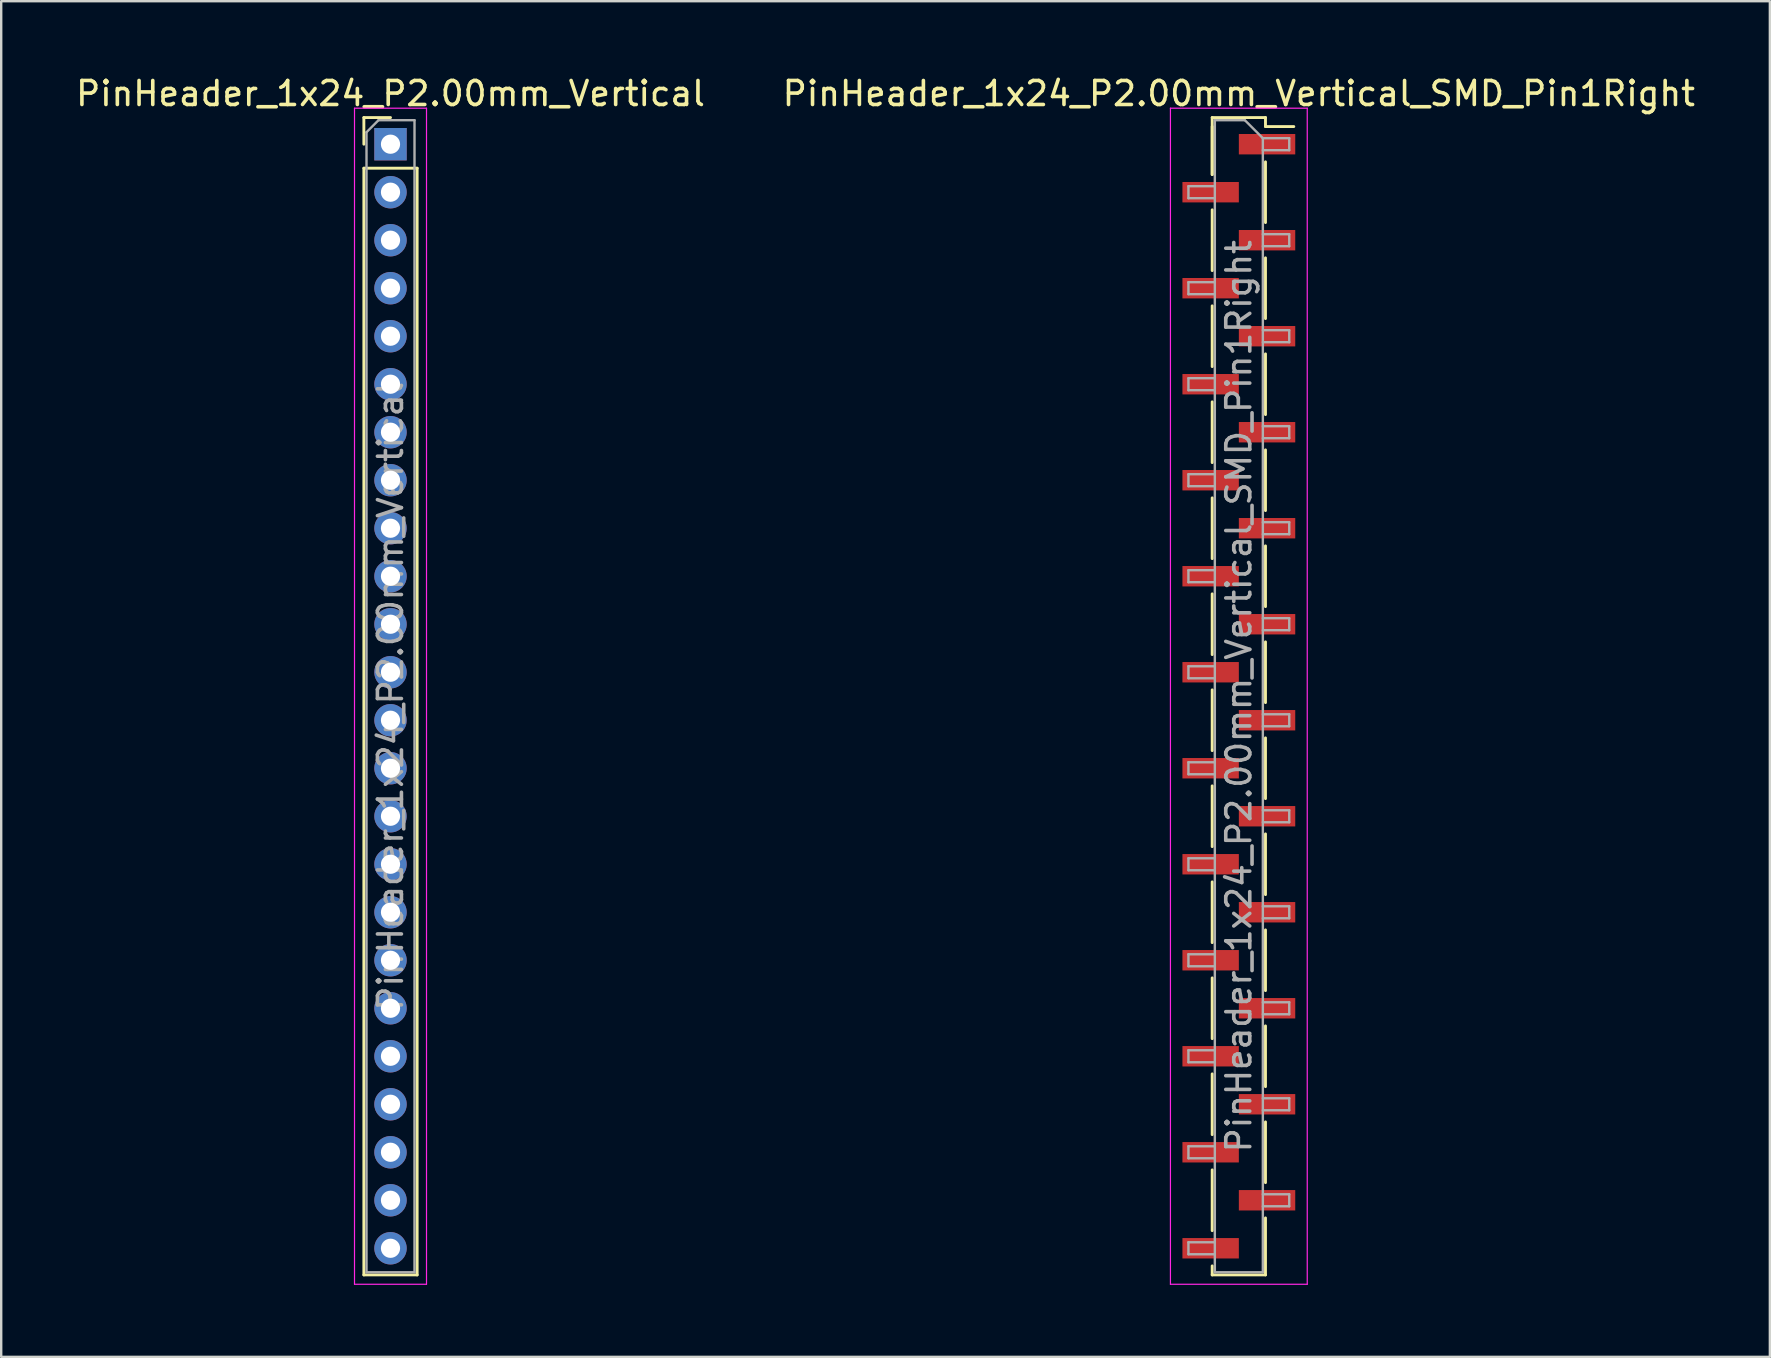
<source format=kicad_pcb>
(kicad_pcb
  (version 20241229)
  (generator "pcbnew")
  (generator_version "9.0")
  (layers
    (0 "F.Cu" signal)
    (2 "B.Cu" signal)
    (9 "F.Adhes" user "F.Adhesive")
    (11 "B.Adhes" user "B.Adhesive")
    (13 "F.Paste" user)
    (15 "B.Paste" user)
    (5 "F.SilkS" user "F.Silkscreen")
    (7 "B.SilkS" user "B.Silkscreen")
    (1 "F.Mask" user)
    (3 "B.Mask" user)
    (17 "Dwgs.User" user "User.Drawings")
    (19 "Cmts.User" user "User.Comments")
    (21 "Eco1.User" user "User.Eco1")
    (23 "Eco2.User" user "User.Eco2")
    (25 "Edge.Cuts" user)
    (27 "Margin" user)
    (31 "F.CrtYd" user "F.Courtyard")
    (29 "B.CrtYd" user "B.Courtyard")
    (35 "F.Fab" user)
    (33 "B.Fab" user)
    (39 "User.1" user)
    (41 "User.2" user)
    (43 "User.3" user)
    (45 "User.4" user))
  (footprint "PinHeader_1x24_P2.00mm_Vertical"
    (layer "F.Cu")
    (at 13.22 2.958)
    (property "Reference" "PinHeader_1x24_P2.00mm_Vertical" (at 0 -2.11 0) (layer "F.SilkS") (effects (font (size 1 1) (thickness 0.15))))
    (attr through_hole)
    (fp_line (start -1.11 -1.11) (end 0 -1.11) (stroke (width 0.12) (type solid)) (layer "F.SilkS"))
    (fp_line (start -1.11 0) (end -1.11 -1.11) (stroke (width 0.12) (type solid)) (layer "F.SilkS"))
    (fp_line (start -1.11 1) (end -1.11 47.11) (stroke (width 0.12) (type solid)) (layer "F.SilkS"))
    (fp_line (start -1.11 1) (end 1.11 1) (stroke (width 0.12) (type solid)) (layer "F.SilkS"))
    (fp_line (start -1.11 47.11) (end 1.11 47.11) (stroke (width 0.12) (type solid)) (layer "F.SilkS"))
    (fp_line (start 1.11 1) (end 1.11 47.11) (stroke (width 0.12) (type solid)) (layer "F.SilkS"))
    (fp_line (start -1.5 -1.5) (end -1.5 47.5) (stroke (width 0.05) (type solid)) (layer "F.CrtYd"))
    (fp_line (start -1.5 47.5) (end 1.5 47.5) (stroke (width 0.05) (type solid)) (layer "F.CrtYd"))
    (fp_line (start 1.5 -1.5) (end -1.5 -1.5) (stroke (width 0.05) (type solid)) (layer "F.CrtYd"))
    (fp_line (start 1.5 47.5) (end 1.5 -1.5) (stroke (width 0.05) (type solid)) (layer "F.CrtYd"))
    (fp_line (start -1 -0.5) (end -0.5 -1) (stroke (width 0.1) (type solid)) (layer "F.Fab"))
    (fp_line (start -1 47) (end -1 -0.5) (stroke (width 0.1) (type solid)) (layer "F.Fab"))
    (fp_line (start -0.5 -1) (end 1 -1) (stroke (width 0.1) (type solid)) (layer "F.Fab"))
    (fp_line (start 1 -1) (end 1 47) (stroke (width 0.1) (type solid)) (layer "F.Fab"))
    (fp_line (start 1 47) (end -1 47) (stroke (width 0.1) (type solid)) (layer "F.Fab"))
    (fp_text user "${REFERENCE}" (at 0 23 90) (layer "F.Fab") (effects (font (size 1 1) (thickness 0.15))))
    (pad "1" thru_hole rect (at 0 0) (size 1.35 1.35) (drill 0.8) (layers "*.Cu" "*.Mask"))
    (pad "2" thru_hole circle (at 0 2) (size 1.35 1.35) (drill 0.8) (layers "*.Cu" "*.Mask"))
    (pad "3" thru_hole circle (at 0 4) (size 1.35 1.35) (drill 0.8) (layers "*.Cu" "*.Mask"))
    (pad "4" thru_hole circle (at 0 6) (size 1.35 1.35) (drill 0.8) (layers "*.Cu" "*.Mask"))
    (pad "5" thru_hole circle (at 0 8) (size 1.35 1.35) (drill 0.8) (layers "*.Cu" "*.Mask"))
    (pad "6" thru_hole circle (at 0 10) (size 1.35 1.35) (drill 0.8) (layers "*.Cu" "*.Mask"))
    (pad "7" thru_hole circle (at 0 12) (size 1.35 1.35) (drill 0.8) (layers "*.Cu" "*.Mask"))
    (pad "8" thru_hole circle (at 0 14) (size 1.35 1.35) (drill 0.8) (layers "*.Cu" "*.Mask"))
    (pad "9" thru_hole circle (at 0 16) (size 1.35 1.35) (drill 0.8) (layers "*.Cu" "*.Mask"))
    (pad "10" thru_hole circle (at 0 18) (size 1.35 1.35) (drill 0.8) (layers "*.Cu" "*.Mask"))
    (pad "11" thru_hole circle (at 0 20) (size 1.35 1.35) (drill 0.8) (layers "*.Cu" "*.Mask"))
    (pad "12" thru_hole circle (at 0 22) (size 1.35 1.35) (drill 0.8) (layers "*.Cu" "*.Mask"))
    (pad "13" thru_hole circle (at 0 24) (size 1.35 1.35) (drill 0.8) (layers "*.Cu" "*.Mask"))
    (pad "14" thru_hole circle (at 0 26) (size 1.35 1.35) (drill 0.8) (layers "*.Cu" "*.Mask"))
    (pad "15" thru_hole circle (at 0 28) (size 1.35 1.35) (drill 0.8) (layers "*.Cu" "*.Mask"))
    (pad "16" thru_hole circle (at 0 30) (size 1.35 1.35) (drill 0.8) (layers "*.Cu" "*.Mask"))
    (pad "17" thru_hole circle (at 0 32) (size 1.35 1.35) (drill 0.8) (layers "*.Cu" "*.Mask"))
    (pad "18" thru_hole circle (at 0 34) (size 1.35 1.35) (drill 0.8) (layers "*.Cu" "*.Mask"))
    (pad "19" thru_hole circle (at 0 36) (size 1.35 1.35) (drill 0.8) (layers "*.Cu" "*.Mask"))
    (pad "20" thru_hole circle (at 0 38) (size 1.35 1.35) (drill 0.8) (layers "*.Cu" "*.Mask"))
    (pad "21" thru_hole circle (at 0 40) (size 1.35 1.35) (drill 0.8) (layers "*.Cu" "*.Mask"))
    (pad "22" thru_hole circle (at 0 42) (size 1.35 1.35) (drill 0.8) (layers "*.Cu" "*.Mask"))
    (pad "23" thru_hole circle (at 0 44) (size 1.35 1.35) (drill 0.8) (layers "*.Cu" "*.Mask"))
    (pad "24" thru_hole circle (at 0 46) (size 1.35 1.35) (drill 0.8) (layers "*.Cu" "*.Mask")))
  (footprint "PinHeader_1x24_P2.00mm_Vertical_SMD_Pin1Right"
    (layer "F.Cu")
    (at 48.565 25.958)
    (property "Reference" "PinHeader_1x24_P2.00mm_Vertical_SMD_Pin1Right" (at 0 -25.11 0) (layer "F.SilkS") (effects (font (size 1 1) (thickness 0.15))))
    (attr smd)
    (fp_line (start -1.11 -24.11) (end -1.11 -21.735) (stroke (width 0.12) (type solid)) (layer "F.SilkS"))
    (fp_line (start -1.11 -24.11) (end 1.11 -24.11) (stroke (width 0.12) (type solid)) (layer "F.SilkS"))
    (fp_line (start -1.11 -23.735) (end -1.11 -21.735) (stroke (width 0.12) (type solid)) (layer "F.SilkS"))
    (fp_line (start -1.11 -20.265) (end -1.11 -17.735) (stroke (width 0.12) (type solid)) (layer "F.SilkS"))
    (fp_line (start -1.11 -16.265) (end -1.11 -13.735) (stroke (width 0.12) (type solid)) (layer "F.SilkS"))
    (fp_line (start -1.11 -12.265) (end -1.11 -9.735) (stroke (width 0.12) (type solid)) (layer "F.SilkS"))
    (fp_line (start -1.11 -8.265) (end -1.11 -5.735) (stroke (width 0.12) (type solid)) (layer "F.SilkS"))
    (fp_line (start -1.11 -4.265) (end -1.11 -1.735) (stroke (width 0.12) (type solid)) (layer "F.SilkS"))
    (fp_line (start -1.11 -0.265) (end -1.11 2.265) (stroke (width 0.12) (type solid)) (layer "F.SilkS"))
    (fp_line (start -1.11 3.735) (end -1.11 6.265) (stroke (width 0.12) (type solid)) (layer "F.SilkS"))
    (fp_line (start -1.11 7.735) (end -1.11 10.265) (stroke (width 0.12) (type solid)) (layer "F.SilkS"))
    (fp_line (start -1.11 11.735) (end -1.11 14.265) (stroke (width 0.12) (type solid)) (layer "F.SilkS"))
    (fp_line (start -1.11 15.735) (end -1.11 18.265) (stroke (width 0.12) (type solid)) (layer "F.SilkS"))
    (fp_line (start -1.11 19.735) (end -1.11 22.265) (stroke (width 0.12) (type solid)) (layer "F.SilkS"))
    (fp_line (start -1.11 23.735) (end -1.11 24.11) (stroke (width 0.12) (type solid)) (layer "F.SilkS"))
    (fp_line (start -1.11 24.11) (end 1.11 24.11) (stroke (width 0.12) (type solid)) (layer "F.SilkS"))
    (fp_line (start 1.11 -24.11) (end 1.11 -23.735) (stroke (width 0.12) (type solid)) (layer "F.SilkS"))
    (fp_line (start 1.11 -23.735) (end 2.29 -23.735) (stroke (width 0.12) (type solid)) (layer "F.SilkS"))
    (fp_line (start 1.11 -22.265) (end 1.11 -19.735) (stroke (width 0.12) (type solid)) (layer "F.SilkS"))
    (fp_line (start 1.11 -18.265) (end 1.11 -15.735) (stroke (width 0.12) (type solid)) (layer "F.SilkS"))
    (fp_line (start 1.11 -14.265) (end 1.11 -11.735) (stroke (width 0.12) (type solid)) (layer "F.SilkS"))
    (fp_line (start 1.11 -10.265) (end 1.11 -7.735) (stroke (width 0.12) (type solid)) (layer "F.SilkS"))
    (fp_line (start 1.11 -6.265) (end 1.11 -3.735) (stroke (width 0.12) (type solid)) (layer "F.SilkS"))
    (fp_line (start 1.11 -2.265) (end 1.11 0.265) (stroke (width 0.12) (type solid)) (layer "F.SilkS"))
    (fp_line (start 1.11 1.735) (end 1.11 4.265) (stroke (width 0.12) (type solid)) (layer "F.SilkS"))
    (fp_line (start 1.11 5.735) (end 1.11 8.265) (stroke (width 0.12) (type solid)) (layer "F.SilkS"))
    (fp_line (start 1.11 9.735) (end 1.11 12.265) (stroke (width 0.12) (type solid)) (layer "F.SilkS"))
    (fp_line (start 1.11 13.735) (end 1.11 16.265) (stroke (width 0.12) (type solid)) (layer "F.SilkS"))
    (fp_line (start 1.11 17.735) (end 1.11 20.265) (stroke (width 0.12) (type solid)) (layer "F.SilkS"))
    (fp_line (start 1.11 21.735) (end 1.11 24.11) (stroke (width 0.12) (type solid)) (layer "F.SilkS"))
    (fp_line (start -2.85 -24.5) (end -2.85 24.5) (stroke (width 0.05) (type solid)) (layer "F.CrtYd"))
    (fp_line (start -2.85 24.5) (end 2.85 24.5) (stroke (width 0.05) (type solid)) (layer "F.CrtYd"))
    (fp_line (start 2.85 -24.5) (end -2.85 -24.5) (stroke (width 0.05) (type solid)) (layer "F.CrtYd"))
    (fp_line (start 2.85 24.5) (end 2.85 -24.5) (stroke (width 0.05) (type solid)) (layer "F.CrtYd"))
    (fp_line (start -2.1 -21.25) (end -2.1 -20.75) (stroke (width 0.1) (type solid)) (layer "F.Fab"))
    (fp_line (start -2.1 -20.75) (end -1 -20.75) (stroke (width 0.1) (type solid)) (layer "F.Fab"))
    (fp_line (start -2.1 -17.25) (end -2.1 -16.75) (stroke (width 0.1) (type solid)) (layer "F.Fab"))
    (fp_line (start -2.1 -16.75) (end -1 -16.75) (stroke (width 0.1) (type solid)) (layer "F.Fab"))
    (fp_line (start -2.1 -13.25) (end -2.1 -12.75) (stroke (width 0.1) (type solid)) (layer "F.Fab"))
    (fp_line (start -2.1 -12.75) (end -1 -12.75) (stroke (width 0.1) (type solid)) (layer "F.Fab"))
    (fp_line (start -2.1 -9.25) (end -2.1 -8.75) (stroke (width 0.1) (type solid)) (layer "F.Fab"))
    (fp_line (start -2.1 -8.75) (end -1 -8.75) (stroke (width 0.1) (type solid)) (layer "F.Fab"))
    (fp_line (start -2.1 -5.25) (end -2.1 -4.75) (stroke (width 0.1) (type solid)) (layer "F.Fab"))
    (fp_line (start -2.1 -4.75) (end -1 -4.75) (stroke (width 0.1) (type solid)) (layer "F.Fab"))
    (fp_line (start -2.1 -1.25) (end -2.1 -0.75) (stroke (width 0.1) (type solid)) (layer "F.Fab"))
    (fp_line (start -2.1 -0.75) (end -1 -0.75) (stroke (width 0.1) (type solid)) (layer "F.Fab"))
    (fp_line (start -2.1 2.75) (end -2.1 3.25) (stroke (width 0.1) (type solid)) (layer "F.Fab"))
    (fp_line (start -2.1 3.25) (end -1 3.25) (stroke (width 0.1) (type solid)) (layer "F.Fab"))
    (fp_line (start -2.1 6.75) (end -2.1 7.25) (stroke (width 0.1) (type solid)) (layer "F.Fab"))
    (fp_line (start -2.1 7.25) (end -1 7.25) (stroke (width 0.1) (type solid)) (layer "F.Fab"))
    (fp_line (start -2.1 10.75) (end -2.1 11.25) (stroke (width 0.1) (type solid)) (layer "F.Fab"))
    (fp_line (start -2.1 11.25) (end -1 11.25) (stroke (width 0.1) (type solid)) (layer "F.Fab"))
    (fp_line (start -2.1 14.75) (end -2.1 15.25) (stroke (width 0.1) (type solid)) (layer "F.Fab"))
    (fp_line (start -2.1 15.25) (end -1 15.25) (stroke (width 0.1) (type solid)) (layer "F.Fab"))
    (fp_line (start -2.1 18.75) (end -2.1 19.25) (stroke (width 0.1) (type solid)) (layer "F.Fab"))
    (fp_line (start -2.1 19.25) (end -1 19.25) (stroke (width 0.1) (type solid)) (layer "F.Fab"))
    (fp_line (start -2.1 22.75) (end -2.1 23.25) (stroke (width 0.1) (type solid)) (layer "F.Fab"))
    (fp_line (start -2.1 23.25) (end -1 23.25) (stroke (width 0.1) (type solid)) (layer "F.Fab"))
    (fp_line (start -1 -24) (end -1 24) (stroke (width 0.1) (type solid)) (layer "F.Fab"))
    (fp_line (start -1 -24) (end 0.25 -24) (stroke (width 0.1) (type solid)) (layer "F.Fab"))
    (fp_line (start -1 -21.25) (end -2.1 -21.25) (stroke (width 0.1) (type solid)) (layer "F.Fab"))
    (fp_line (start -1 -17.25) (end -2.1 -17.25) (stroke (width 0.1) (type solid)) (layer "F.Fab"))
    (fp_line (start -1 -13.25) (end -2.1 -13.25) (stroke (width 0.1) (type solid)) (layer "F.Fab"))
    (fp_line (start -1 -9.25) (end -2.1 -9.25) (stroke (width 0.1) (type solid)) (layer "F.Fab"))
    (fp_line (start -1 -5.25) (end -2.1 -5.25) (stroke (width 0.1) (type solid)) (layer "F.Fab"))
    (fp_line (start -1 -1.25) (end -2.1 -1.25) (stroke (width 0.1) (type solid)) (layer "F.Fab"))
    (fp_line (start -1 2.75) (end -2.1 2.75) (stroke (width 0.1) (type solid)) (layer "F.Fab"))
    (fp_line (start -1 6.75) (end -2.1 6.75) (stroke (width 0.1) (type solid)) (layer "F.Fab"))
    (fp_line (start -1 10.75) (end -2.1 10.75) (stroke (width 0.1) (type solid)) (layer "F.Fab"))
    (fp_line (start -1 14.75) (end -2.1 14.75) (stroke (width 0.1) (type solid)) (layer "F.Fab"))
    (fp_line (start -1 18.75) (end -2.1 18.75) (stroke (width 0.1) (type solid)) (layer "F.Fab"))
    (fp_line (start -1 22.75) (end -2.1 22.75) (stroke (width 0.1) (type solid)) (layer "F.Fab"))
    (fp_line (start 1 -23.25) (end 0.25 -24) (stroke (width 0.1) (type solid)) (layer "F.Fab"))
    (fp_line (start 1 -23.25) (end 2.1 -23.25) (stroke (width 0.1) (type solid)) (layer "F.Fab"))
    (fp_line (start 1 -19.25) (end 2.1 -19.25) (stroke (width 0.1) (type solid)) (layer "F.Fab"))
    (fp_line (start 1 -15.25) (end 2.1 -15.25) (stroke (width 0.1) (type solid)) (layer "F.Fab"))
    (fp_line (start 1 -11.25) (end 2.1 -11.25) (stroke (width 0.1) (type solid)) (layer "F.Fab"))
    (fp_line (start 1 -7.25) (end 2.1 -7.25) (stroke (width 0.1) (type solid)) (layer "F.Fab"))
    (fp_line (start 1 -3.25) (end 2.1 -3.25) (stroke (width 0.1) (type solid)) (layer "F.Fab"))
    (fp_line (start 1 0.75) (end 2.1 0.75) (stroke (width 0.1) (type solid)) (layer "F.Fab"))
    (fp_line (start 1 4.75) (end 2.1 4.75) (stroke (width 0.1) (type solid)) (layer "F.Fab"))
    (fp_line (start 1 8.75) (end 2.1 8.75) (stroke (width 0.1) (type solid)) (layer "F.Fab"))
    (fp_line (start 1 12.75) (end 2.1 12.75) (stroke (width 0.1) (type solid)) (layer "F.Fab"))
    (fp_line (start 1 16.75) (end 2.1 16.75) (stroke (width 0.1) (type solid)) (layer "F.Fab"))
    (fp_line (start 1 20.75) (end 2.1 20.75) (stroke (width 0.1) (type solid)) (layer "F.Fab"))
    (fp_line (start 1 24) (end -1 24) (stroke (width 0.1) (type solid)) (layer "F.Fab"))
    (fp_line (start 1 24) (end 1 -23.25) (stroke (width 0.1) (type solid)) (layer "F.Fab"))
    (fp_line (start 2.1 -23.25) (end 2.1 -22.75) (stroke (width 0.1) (type solid)) (layer "F.Fab"))
    (fp_line (start 2.1 -22.75) (end 1 -22.75) (stroke (width 0.1) (type solid)) (layer "F.Fab"))
    (fp_line (start 2.1 -19.25) (end 2.1 -18.75) (stroke (width 0.1) (type solid)) (layer "F.Fab"))
    (fp_line (start 2.1 -18.75) (end 1 -18.75) (stroke (width 0.1) (type solid)) (layer "F.Fab"))
    (fp_line (start 2.1 -15.25) (end 2.1 -14.75) (stroke (width 0.1) (type solid)) (layer "F.Fab"))
    (fp_line (start 2.1 -14.75) (end 1 -14.75) (stroke (width 0.1) (type solid)) (layer "F.Fab"))
    (fp_line (start 2.1 -11.25) (end 2.1 -10.75) (stroke (width 0.1) (type solid)) (layer "F.Fab"))
    (fp_line (start 2.1 -10.75) (end 1 -10.75) (stroke (width 0.1) (type solid)) (layer "F.Fab"))
    (fp_line (start 2.1 -7.25) (end 2.1 -6.75) (stroke (width 0.1) (type solid)) (layer "F.Fab"))
    (fp_line (start 2.1 -6.75) (end 1 -6.75) (stroke (width 0.1) (type solid)) (layer "F.Fab"))
    (fp_line (start 2.1 -3.25) (end 2.1 -2.75) (stroke (width 0.1) (type solid)) (layer "F.Fab"))
    (fp_line (start 2.1 -2.75) (end 1 -2.75) (stroke (width 0.1) (type solid)) (layer "F.Fab"))
    (fp_line (start 2.1 0.75) (end 2.1 1.25) (stroke (width 0.1) (type solid)) (layer "F.Fab"))
    (fp_line (start 2.1 1.25) (end 1 1.25) (stroke (width 0.1) (type solid)) (layer "F.Fab"))
    (fp_line (start 2.1 4.75) (end 2.1 5.25) (stroke (width 0.1) (type solid)) (layer "F.Fab"))
    (fp_line (start 2.1 5.25) (end 1 5.25) (stroke (width 0.1) (type solid)) (layer "F.Fab"))
    (fp_line (start 2.1 8.75) (end 2.1 9.25) (stroke (width 0.1) (type solid)) (layer "F.Fab"))
    (fp_line (start 2.1 9.25) (end 1 9.25) (stroke (width 0.1) (type solid)) (layer "F.Fab"))
    (fp_line (start 2.1 12.75) (end 2.1 13.25) (stroke (width 0.1) (type solid)) (layer "F.Fab"))
    (fp_line (start 2.1 13.25) (end 1 13.25) (stroke (width 0.1) (type solid)) (layer "F.Fab"))
    (fp_line (start 2.1 16.75) (end 2.1 17.25) (stroke (width 0.1) (type solid)) (layer "F.Fab"))
    (fp_line (start 2.1 17.25) (end 1 17.25) (stroke (width 0.1) (type solid)) (layer "F.Fab"))
    (fp_line (start 2.1 20.75) (end 2.1 21.25) (stroke (width 0.1) (type solid)) (layer "F.Fab"))
    (fp_line (start 2.1 21.25) (end 1 21.25) (stroke (width 0.1) (type solid)) (layer "F.Fab"))
    (fp_text user "${REFERENCE}" (at 0 0 90) (layer "F.Fab") (effects (font (size 1 1) (thickness 0.15))))
    (pad "1" smd rect (at 1.175 -23) (size 2.35 0.85) (layers "F.Cu" "F.Mask" "F.Paste"))
    (pad "2" smd rect (at -1.175 -21) (size 2.35 0.85) (layers "F.Cu" "F.Mask" "F.Paste"))
    (pad "3" smd rect (at 1.175 -19) (size 2.35 0.85) (layers "F.Cu" "F.Mask" "F.Paste"))
    (pad "4" smd rect (at -1.175 -17) (size 2.35 0.85) (layers "F.Cu" "F.Mask" "F.Paste"))
    (pad "5" smd rect (at 1.175 -15) (size 2.35 0.85) (layers "F.Cu" "F.Mask" "F.Paste"))
    (pad "6" smd rect (at -1.175 -13) (size 2.35 0.85) (layers "F.Cu" "F.Mask" "F.Paste"))
    (pad "7" smd rect (at 1.175 -11) (size 2.35 0.85) (layers "F.Cu" "F.Mask" "F.Paste"))
    (pad "8" smd rect (at -1.175 -9) (size 2.35 0.85) (layers "F.Cu" "F.Mask" "F.Paste"))
    (pad "9" smd rect (at 1.175 -7) (size 2.35 0.85) (layers "F.Cu" "F.Mask" "F.Paste"))
    (pad "10" smd rect (at -1.175 -5) (size 2.35 0.85) (layers "F.Cu" "F.Mask" "F.Paste"))
    (pad "11" smd rect (at 1.175 -3) (size 2.35 0.85) (layers "F.Cu" "F.Mask" "F.Paste"))
    (pad "12" smd rect (at -1.175 -1) (size 2.35 0.85) (layers "F.Cu" "F.Mask" "F.Paste"))
    (pad "13" smd rect (at 1.175 1) (size 2.35 0.85) (layers "F.Cu" "F.Mask" "F.Paste"))
    (pad "14" smd rect (at -1.175 3) (size 2.35 0.85) (layers "F.Cu" "F.Mask" "F.Paste"))
    (pad "15" smd rect (at 1.175 5) (size 2.35 0.85) (layers "F.Cu" "F.Mask" "F.Paste"))
    (pad "16" smd rect (at -1.175 7) (size 2.35 0.85) (layers "F.Cu" "F.Mask" "F.Paste"))
    (pad "17" smd rect (at 1.175 9) (size 2.35 0.85) (layers "F.Cu" "F.Mask" "F.Paste"))
    (pad "18" smd rect (at -1.175 11) (size 2.35 0.85) (layers "F.Cu" "F.Mask" "F.Paste"))
    (pad "19" smd rect (at 1.175 13) (size 2.35 0.85) (layers "F.Cu" "F.Mask" "F.Paste"))
    (pad "20" smd rect (at -1.175 15) (size 2.35 0.85) (layers "F.Cu" "F.Mask" "F.Paste"))
    (pad "21" smd rect (at 1.175 17) (size 2.35 0.85) (layers "F.Cu" "F.Mask" "F.Paste"))
    (pad "22" smd rect (at -1.175 19) (size 2.35 0.85) (layers "F.Cu" "F.Mask" "F.Paste"))
    (pad "23" smd rect (at 1.175 21) (size 2.35 0.85) (layers "F.Cu" "F.Mask" "F.Paste"))
    (pad "24" smd rect (at -1.175 23) (size 2.35 0.85) (layers "F.Cu" "F.Mask" "F.Paste")))
  (gr_rect
    (start -3 -3)
    (end 70.69 53.483)
    (stroke (width 0.1) (type default))
    (fill no)
    (layer "Edge.Cuts")))
</source>
